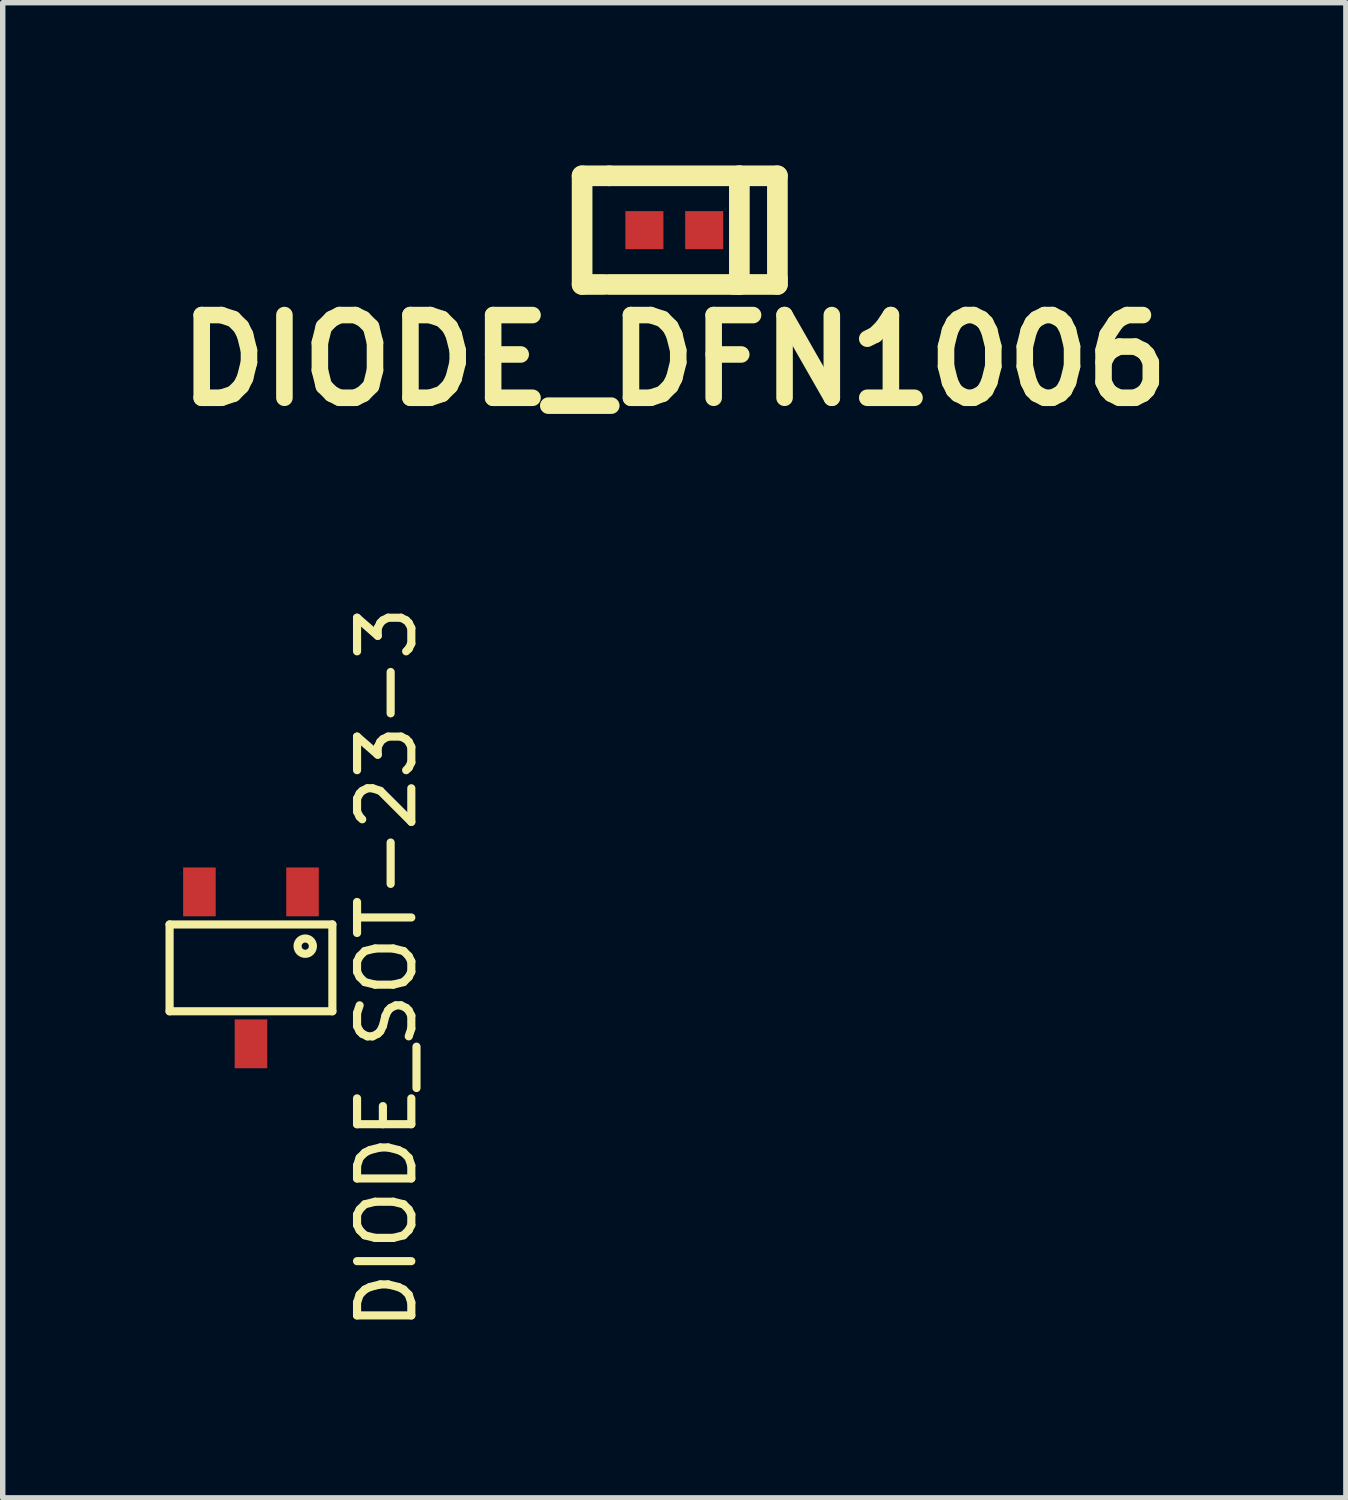
<source format=kicad_pcb>
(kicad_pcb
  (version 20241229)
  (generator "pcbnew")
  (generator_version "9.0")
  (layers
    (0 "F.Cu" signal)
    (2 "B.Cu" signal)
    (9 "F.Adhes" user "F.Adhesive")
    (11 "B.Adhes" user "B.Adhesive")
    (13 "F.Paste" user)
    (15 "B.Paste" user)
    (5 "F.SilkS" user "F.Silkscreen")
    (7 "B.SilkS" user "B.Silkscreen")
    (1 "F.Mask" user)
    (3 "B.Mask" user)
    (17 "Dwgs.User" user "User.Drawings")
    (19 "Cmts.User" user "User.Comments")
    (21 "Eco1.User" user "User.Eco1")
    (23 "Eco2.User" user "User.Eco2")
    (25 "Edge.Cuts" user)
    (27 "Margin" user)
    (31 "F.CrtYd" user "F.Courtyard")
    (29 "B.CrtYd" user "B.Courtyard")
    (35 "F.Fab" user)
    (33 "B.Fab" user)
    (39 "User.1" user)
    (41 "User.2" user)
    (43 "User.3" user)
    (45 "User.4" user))
  (footprint "DIODE_DFN1006"
    (layer "F.Cu")
    (at 9.376 1.191)
    (property "Reference" "DIODE_DFN1006" (at 0 2.4 0) (layer "F.SilkS") (effects (font (size 1.524 1.524) (thickness 0.305))))
    (attr through_hole)
    (fp_line (start -1.699 -1.001) (end -1.699 1.001) (stroke (width 0.381) (type solid)) (layer "F.SilkS"))
    (fp_line (start -1.699 1.001) (end -1.3 1.001) (stroke (width 0.381) (type solid)) (layer "F.SilkS"))
    (fp_line (start -1.199 -1.001) (end -1.699 -1.001) (stroke (width 0.381) (type solid)) (layer "F.SilkS"))
    (fp_line (start -1.199 -1.001) (end 1.199 -1.001) (stroke (width 0.381) (type solid)) (layer "F.SilkS"))
    (fp_line (start 1.199 -1.001) (end 1.199 0.899) (stroke (width 0.381) (type solid)) (layer "F.SilkS"))
    (fp_line (start 1.199 -1.001) (end 1.9 -1.001) (stroke (width 0.381) (type solid)) (layer "F.SilkS"))
    (fp_line (start 1.199 0.899) (end 1.199 1.001) (stroke (width 0.381) (type solid)) (layer "F.SilkS"))
    (fp_line (start 1.199 1.001) (end -1.199 1.001) (stroke (width 0.381) (type solid)) (layer "F.SilkS"))
    (fp_line (start 1.9 -1.001) (end 1.9 0.899) (stroke (width 0.381) (type solid)) (layer "F.SilkS"))
    (fp_line (start 1.9 0.899) (end 1.9 1.001) (stroke (width 0.381) (type solid)) (layer "F.SilkS"))
    (fp_line (start 1.9 1.001) (end 1.1 1.001) (stroke (width 0.381) (type solid)) (layer "F.SilkS"))
    (pad "1" smd rect (at -0.551 0) (size 0.701 0.701) (layers "F.Cu" "F.Mask" "F.Paste"))
    (pad "2" smd rect (at 0.551 0) (size 0.701 0.701) (layers "F.Cu" "F.Mask" "F.Paste")))
  (footprint "DIODE_SOT-23-3"
    (layer "F.Cu")
    (at 1.575 14.786)
    (property "Reference" "DIODE_SOT-23-3" (at 2.5 0 90) (layer "F.SilkS") (effects (font (size 1 1) (thickness 0.15))))
    (attr through_hole)
    (fp_line (start -1.5 -0.8) (end -1.5 0.8) (stroke (width 0.15) (type solid)) (layer "F.SilkS"))
    (fp_line (start -1.5 0.8) (end 1.5 0.8) (stroke (width 0.15) (type solid)) (layer "F.SilkS"))
    (fp_line (start 1.5 -0.8) (end -1.5 -0.8) (stroke (width 0.15) (type solid)) (layer "F.SilkS"))
    (fp_line (start 1.5 0.8) (end 1.5 -0.8) (stroke (width 0.15) (type solid)) (layer "F.SilkS"))
    (fp_circle (center 1 -0.4) (end 1.1 -0.5) (stroke (width 0.15) (type solid)) (fill no) (layer "F.SilkS"))
    (pad "" smd rect (at -0.95 -1.4) (size 0.6 0.9) (layers "F.Cu" "F.Mask" "F.Paste"))
    (pad "A" smd rect (at 0.95 -1.4) (size 0.6 0.9) (layers "F.Cu" "F.Mask" "F.Paste"))
    (pad "C" smd rect (at 0 1.4) (size 0.6 0.9) (layers "F.Cu" "F.Mask" "F.Paste")))
  (gr_rect
    (start -3 -3)
    (end 21.752 24.553)
    (stroke (width 0.1) (type default))
    (fill no)
    (layer "Edge.Cuts")))
</source>
